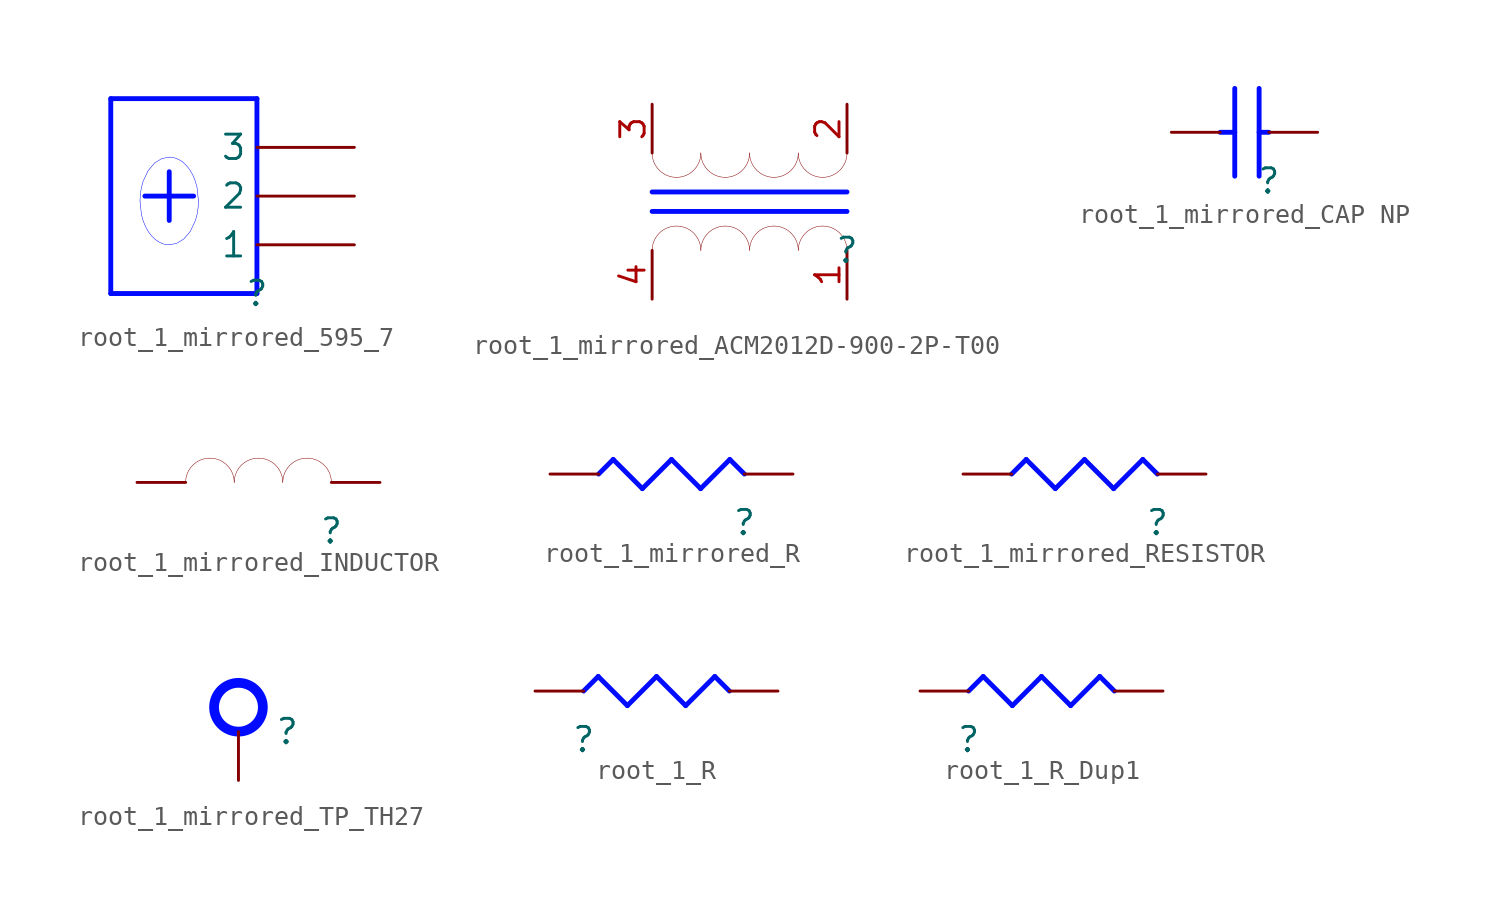
<source format=kicad_sym>
(kicad_symbol_lib
  (version 20231120)
  (generator "kicad_symbol_editor")
  (generator_version "8.0")
  (symbol "root_1_mirrored_595_7"
    (property "Reference" ""
      (at 0 0 0)
      (effects (font (size 1.27 1.27))))
    (property "Value" ""
      (at 0 0 0)
      (effects (font (size 1.27 1.27))))
    (symbol "root_1_mirrored_595_7_1_0"
      (bezier (pts (xy -6.096 4.826) (xy -6.096 3.563) (xy -5.414 2.54) (xy -4.572 2.54)) (stroke (width 0.025) (type solid) (color 0 11 255 1)) (fill (type none)))
      (bezier (pts (xy -4.572 2.54) (xy -3.73 2.54) (xy -3.048 3.563) (xy -3.048 4.826)) (stroke (width 0.025) (type solid) (color 0 11 255 1)) (fill (type none)))
      (bezier (pts (xy -4.572 7.112) (xy -5.414 7.112) (xy -6.096 6.088) (xy -6.096 4.826)) (stroke (width 0.025) (type solid) (color 0 11 255 1)) (fill (type none)))
      (bezier (pts (xy -3.048 4.826) (xy -3.048 6.088) (xy -3.73 7.112) (xy -4.572 7.112)) (stroke (width 0.025) (type solid) (color 0 11 255 1)) (fill (type none)))
      (polyline (pts (xy -7.62 10.16) (xy -7.62 0)) (stroke (width 0.254) (type solid) (color 0 11 255 1)) (fill (type none)))
      (polyline (pts (xy -7.62 10.16) (xy 0 10.16)) (stroke (width 0.254) (type solid) (color 0 11 255 1)) (fill (type none)))
      (polyline (pts (xy -4.572 3.81) (xy -4.572 6.35)) (stroke (width 0.254) (type solid) (color 0 11 255 1)) (fill (type none)))
      (polyline (pts (xy -3.302 5.08) (xy -5.842 5.08)) (stroke (width 0.254) (type solid) (color 0 11 255 1)) (fill (type none)))
      (polyline (pts (xy 0 0) (xy -7.62 0)) (stroke (width 0.254) (type solid) (color 0 11 255 1)) (fill (type none)))
      (polyline (pts (xy 0 0) (xy 0 10.16)) (stroke (width 0.254) (type solid) (color 0 11 255 1)) (fill (type none)))
      (pin passive line (at 5.08 2.54 180) (length 5.08) (name "1" (effects (font (size 1.27 1.27)))) (number "1" (effects (font (size 0 0)))))
      (pin passive line (at 5.08 5.08 180) (length 5.08) (name "2" (effects (font (size 1.27 1.27)))) (number "2" (effects (font (size 0 0)))))
      (pin passive line (at 5.08 7.62 180) (length 5.08) (name "3" (effects (font (size 1.27 1.27)))) (number "3" (effects (font (size 0 0)))))))
  (symbol "root_1_mirrored_ACM2012D-900-2P-T00"
    (property "Reference" ""
      (at 0 0 0)
      (effects (font (size 1.27 1.27))))
    (property "Value" ""
      (at 0 0 0)
      (effects (font (size 1.27 1.27))))
    (symbol "root_1_mirrored_ACM2012D-900-2P-T00_1_0"
      (arc (start -10.16 5.08) (mid -9.788 4.182) (end -8.89 3.81) (stroke (width 0.0254) (type solid)) (fill (type none)))
      (arc (start -8.89 1.27) (mid -9.788 0.898) (end -10.16 0) (stroke (width 0.0254) (type solid)) (fill (type none)))
      (arc (start -8.89 3.81) (mid -7.992 4.182) (end -7.62 5.08) (stroke (width 0.0254) (type solid)) (fill (type none)))
      (arc (start -7.62 0) (mid -7.992 0.898) (end -8.89 1.27) (stroke (width 0.0254) (type solid)) (fill (type none)))
      (arc (start -7.62 5.08) (mid -7.248 4.182) (end -6.35 3.81) (stroke (width 0.0254) (type solid)) (fill (type none)))
      (arc (start -6.35 1.27) (mid -7.248 0.898) (end -7.62 0) (stroke (width 0.0254) (type solid)) (fill (type none)))
      (arc (start -6.35 3.81) (mid -5.452 4.182) (end -5.08 5.08) (stroke (width 0.0254) (type solid)) (fill (type none)))
      (arc (start -5.08 0) (mid -5.452 0.898) (end -6.35 1.27) (stroke (width 0.0254) (type solid)) (fill (type none)))
      (arc (start -5.08 5.08) (mid -4.708 4.182) (end -3.81 3.81) (stroke (width 0.0254) (type solid)) (fill (type none)))
      (arc (start -3.81 1.27) (mid -4.708 0.898) (end -5.08 0) (stroke (width 0.0254) (type solid)) (fill (type none)))
      (arc (start -3.81 3.81) (mid -2.912 4.182) (end -2.54 5.08) (stroke (width 0.0254) (type solid)) (fill (type none)))
      (arc (start -2.54 0) (mid -2.912 0.898) (end -3.81 1.27) (stroke (width 0.0254) (type solid)) (fill (type none)))
      (arc (start -2.54 5.08) (mid -2.168 4.182) (end -1.27 3.81) (stroke (width 0.0254) (type solid)) (fill (type none)))
      (arc (start -1.27 1.27) (mid -2.168 0.898) (end -2.54 0) (stroke (width 0.0254) (type solid)) (fill (type none)))
      (arc (start -1.27 3.81) (mid -0.372 4.182) (end 0 5.08) (stroke (width 0.0254) (type solid)) (fill (type none)))
      (arc (start 0 0) (mid -0.372 0.898) (end -1.27 1.27) (stroke (width 0.0254) (type solid)) (fill (type none)))
      (polyline (pts (xy -10.16 3.048) (xy 0 3.048)) (stroke (width 0.254) (type solid) (color 0 11 255 1)) (fill (type none)))
      (polyline (pts (xy 0 2.032) (xy -10.16 2.032)) (stroke (width 0.254) (type solid) (color 0 11 255 1)) (fill (type none)))
      (pin passive line (at 0 -2.54 90) (length 2.54) (name "1" (effects (font (size 0 0)))) (number "1" (effects (font (size 1.27 1.27)))))
      (pin passive line (at 0 7.62 270) (length 2.54) (name "2" (effects (font (size 0 0)))) (number "2" (effects (font (size 1.27 1.27)))))
      (pin passive line (at -10.16 7.62 270) (length 2.54) (name "3" (effects (font (size 0 0)))) (number "3" (effects (font (size 1.27 1.27)))))
      (pin passive line (at -10.16 -2.54 90) (length 2.54) (name "4" (effects (font (size 0 0)))) (number "4" (effects (font (size 1.27 1.27)))))))
  (symbol "root_1_mirrored_CAP NP"
    (property "Reference" ""
      (at 0 0 0)
      (effects (font (size 1.27 1.27))))
    (property "Value" ""
      (at 0 0 0)
      (effects (font (size 1.27 1.27))))
    (symbol "root_1_mirrored_CAP NP_1_0"
      (polyline (pts (xy -2.54 2.54) (xy -1.778 2.54)) (stroke (width 0.254) (type solid) (color 0 11 255 1)) (fill (type none)))
      (polyline (pts (xy -1.778 0.254) (xy -1.778 4.826)) (stroke (width 0.254) (type solid) (color 0 11 255 1)) (fill (type none)))
      (polyline (pts (xy -0.508 0.254) (xy -0.508 4.826)) (stroke (width 0.254) (type solid) (color 0 11 255 1)) (fill (type none)))
      (polyline (pts (xy 0 2.54) (xy -0.508 2.54)) (stroke (width 0.254) (type solid) (color 0 11 255 1)) (fill (type none)))
      (pin passive line (at 2.54 2.54 180) (length 2.54) (name "1" (effects (font (size 0 0)))) (number "1" (effects (font (size 0 0)))))
      (pin passive line (at -5.08 2.54 0) (length 2.54) (name "2" (effects (font (size 0 0)))) (number "2" (effects (font (size 0 0)))))))
  (symbol "root_1_mirrored_INDUCTOR"
    (property "Reference" ""
      (at 0 0 0)
      (effects (font (size 1.27 1.27))))
    (property "Value" ""
      (at 0 0 0)
      (effects (font (size 1.27 1.27))))
    (symbol "root_1_mirrored_INDUCTOR_1_0"
      (arc (start -6.35 3.81) (mid -7.248 3.438) (end -7.62 2.54) (stroke (width 0.0254) (type solid)) (fill (type none)))
      (arc (start -5.08 2.54) (mid -5.452 3.438) (end -6.35 3.81) (stroke (width 0.0254) (type solid)) (fill (type none)))
      (arc (start -3.81 3.81) (mid -4.708 3.438) (end -5.08 2.54) (stroke (width 0.0254) (type solid)) (fill (type none)))
      (arc (start -2.54 2.54) (mid -2.912 3.438) (end -3.81 3.81) (stroke (width 0.0254) (type solid)) (fill (type none)))
      (arc (start -1.27 3.81) (mid -2.168 3.438) (end -2.54 2.54) (stroke (width 0.0254) (type solid)) (fill (type none)))
      (arc (start 0 2.54) (mid -0.372 3.438) (end -1.27 3.81) (stroke (width 0.0254) (type solid)) (fill (type none)))
      (pin passive line (at 2.54 2.54 180) (length 2.54) (name "1" (effects (font (size 0 0)))) (number "1" (effects (font (size 0 0)))))
      (pin passive line (at -10.16 2.54 0) (length 2.54) (name "2" (effects (font (size 0 0)))) (number "2" (effects (font (size 0 0)))))))
  (symbol "root_1_mirrored_R"
    (property "Reference" ""
      (at 0 0 0)
      (effects (font (size 1.27 1.27))))
    (property "Value" ""
      (at 0 0 0)
      (effects (font (size 1.27 1.27))))
    (symbol "root_1_mirrored_R_1_0"
      (polyline (pts (xy -6.858 3.302) (xy -7.62 2.54)) (stroke (width 0.254) (type solid) (color 0 11 255 1)) (fill (type none)))
      (polyline (pts (xy -5.334 1.778) (xy -6.858 3.302)) (stroke (width 0.254) (type solid) (color 0 11 255 1)) (fill (type none)))
      (polyline (pts (xy -3.81 3.302) (xy -5.334 1.778)) (stroke (width 0.254) (type solid) (color 0 11 255 1)) (fill (type none)))
      (polyline (pts (xy -2.286 1.778) (xy -3.81 3.302)) (stroke (width 0.254) (type solid) (color 0 11 255 1)) (fill (type none)))
      (polyline (pts (xy -0.762 3.302) (xy -2.286 1.778)) (stroke (width 0.254) (type solid) (color 0 11 255 1)) (fill (type none)))
      (polyline (pts (xy 0 2.54) (xy -0.762 3.302)) (stroke (width 0.254) (type solid) (color 0 11 255 1)) (fill (type none)))
      (pin passive line (at 2.54 2.54 180) (length 2.54) (name "1" (effects (font (size 0 0)))) (number "1" (effects (font (size 0 0)))))
      (pin passive line (at -10.16 2.54 0) (length 2.54) (name "2" (effects (font (size 0 0)))) (number "2" (effects (font (size 0 0)))))))
  (symbol "root_1_mirrored_RESISTOR"
    (property "Reference" ""
      (at 0 0 0)
      (effects (font (size 1.27 1.27))))
    (property "Value" ""
      (at 0 0 0)
      (effects (font (size 1.27 1.27))))
    (symbol "root_1_mirrored_RESISTOR_1_0"
      (polyline (pts (xy -6.858 3.302) (xy -7.62 2.54)) (stroke (width 0.254) (type solid) (color 0 11 255 1)) (fill (type none)))
      (polyline (pts (xy -5.334 1.778) (xy -6.858 3.302)) (stroke (width 0.254) (type solid) (color 0 11 255 1)) (fill (type none)))
      (polyline (pts (xy -3.81 3.302) (xy -5.334 1.778)) (stroke (width 0.254) (type solid) (color 0 11 255 1)) (fill (type none)))
      (polyline (pts (xy -2.286 1.778) (xy -3.81 3.302)) (stroke (width 0.254) (type solid) (color 0 11 255 1)) (fill (type none)))
      (polyline (pts (xy -0.762 3.302) (xy -2.286 1.778)) (stroke (width 0.254) (type solid) (color 0 11 255 1)) (fill (type none)))
      (polyline (pts (xy 0 2.54) (xy -0.762 3.302)) (stroke (width 0.254) (type solid) (color 0 11 255 1)) (fill (type none)))
      (pin passive line (at 2.54 2.54 180) (length 2.54) (name "1" (effects (font (size 0 0)))) (number "1" (effects (font (size 0 0)))))
      (pin passive line (at -10.16 2.54 0) (length 2.54) (name "2" (effects (font (size 0 0)))) (number "2" (effects (font (size 0 0)))))))
  (symbol "root_1_mirrored_TP_TH27"
    (property "Reference" ""
      (at 0 0 0)
      (effects (font (size 1.27 1.27))))
    (property "Value" ""
      (at 0 0 0)
      (effects (font (size 1.27 1.27))))
    (symbol "root_1_mirrored_TP_TH27_1_0"
      (circle (center -2.54 1.27) (radius 1.27) (stroke (width 0.508) (type solid) (color 0 11 255 1)) (fill (type none)))
      (pin passive line (at -2.54 -2.54 90) (length 2.54) (name "1" (effects (font (size 0 0)))) (number "1" (effects (font (size 0 0)))))))
  (symbol "root_1_R"
    (property "Reference" ""
      (at 0 0 0)
      (effects (font (size 1.27 1.27))))
    (property "Value" ""
      (at 0 0 0)
      (effects (font (size 1.27 1.27))))
    (symbol "root_1_R_1_0"
      (polyline (pts (xy 0 2.54) (xy 0.762 3.302)) (stroke (width 0.254) (type solid) (color 0 11 255 1)) (fill (type none)))
      (polyline (pts (xy 0.762 3.302) (xy 2.286 1.778)) (stroke (width 0.254) (type solid) (color 0 11 255 1)) (fill (type none)))
      (polyline (pts (xy 2.286 1.778) (xy 3.81 3.302)) (stroke (width 0.254) (type solid) (color 0 11 255 1)) (fill (type none)))
      (polyline (pts (xy 3.81 3.302) (xy 5.334 1.778)) (stroke (width 0.254) (type solid) (color 0 11 255 1)) (fill (type none)))
      (polyline (pts (xy 5.334 1.778) (xy 6.858 3.302)) (stroke (width 0.254) (type solid) (color 0 11 255 1)) (fill (type none)))
      (polyline (pts (xy 6.858 3.302) (xy 7.62 2.54)) (stroke (width 0.254) (type solid) (color 0 11 255 1)) (fill (type none)))
      (pin passive line (at -2.54 2.54 0) (length 2.54) (name "1" (effects (font (size 0 0)))) (number "1" (effects (font (size 0 0)))))
      (pin passive line (at 10.16 2.54 180) (length 2.54) (name "2" (effects (font (size 0 0)))) (number "2" (effects (font (size 0 0)))))))
  (symbol "root_1_R_Dup1"
    (property "Reference" ""
      (at 0 0 0)
      (effects (font (size 1.27 1.27))))
    (property "Value" ""
      (at 0 0 0)
      (effects (font (size 1.27 1.27))))
    (symbol "root_1_R_Dup1_1_0"
      (polyline (pts (xy 0 2.54) (xy 0.762 3.302)) (stroke (width 0.254) (type solid) (color 0 11 255 1)) (fill (type none)))
      (polyline (pts (xy 0.762 3.302) (xy 2.286 1.778)) (stroke (width 0.254) (type solid) (color 0 11 255 1)) (fill (type none)))
      (polyline (pts (xy 2.286 1.778) (xy 3.81 3.302)) (stroke (width 0.254) (type solid) (color 0 11 255 1)) (fill (type none)))
      (polyline (pts (xy 3.81 3.302) (xy 5.334 1.778)) (stroke (width 0.254) (type solid) (color 0 11 255 1)) (fill (type none)))
      (polyline (pts (xy 5.334 1.778) (xy 6.858 3.302)) (stroke (width 0.254) (type solid) (color 0 11 255 1)) (fill (type none)))
      (polyline (pts (xy 6.858 3.302) (xy 7.62 2.54)) (stroke (width 0.254) (type solid) (color 0 11 255 1)) (fill (type none)))
      (pin passive line (at -2.54 2.54 0) (length 2.54) (name "1" (effects (font (size 0 0)))) (number "1" (effects (font (size 0 0)))))
      (pin passive line (at 10.16 2.54 180) (length 2.54) (name "2" (effects (font (size 0 0)))) (number "2" (effects (font (size 0 0))))))))
</source>
